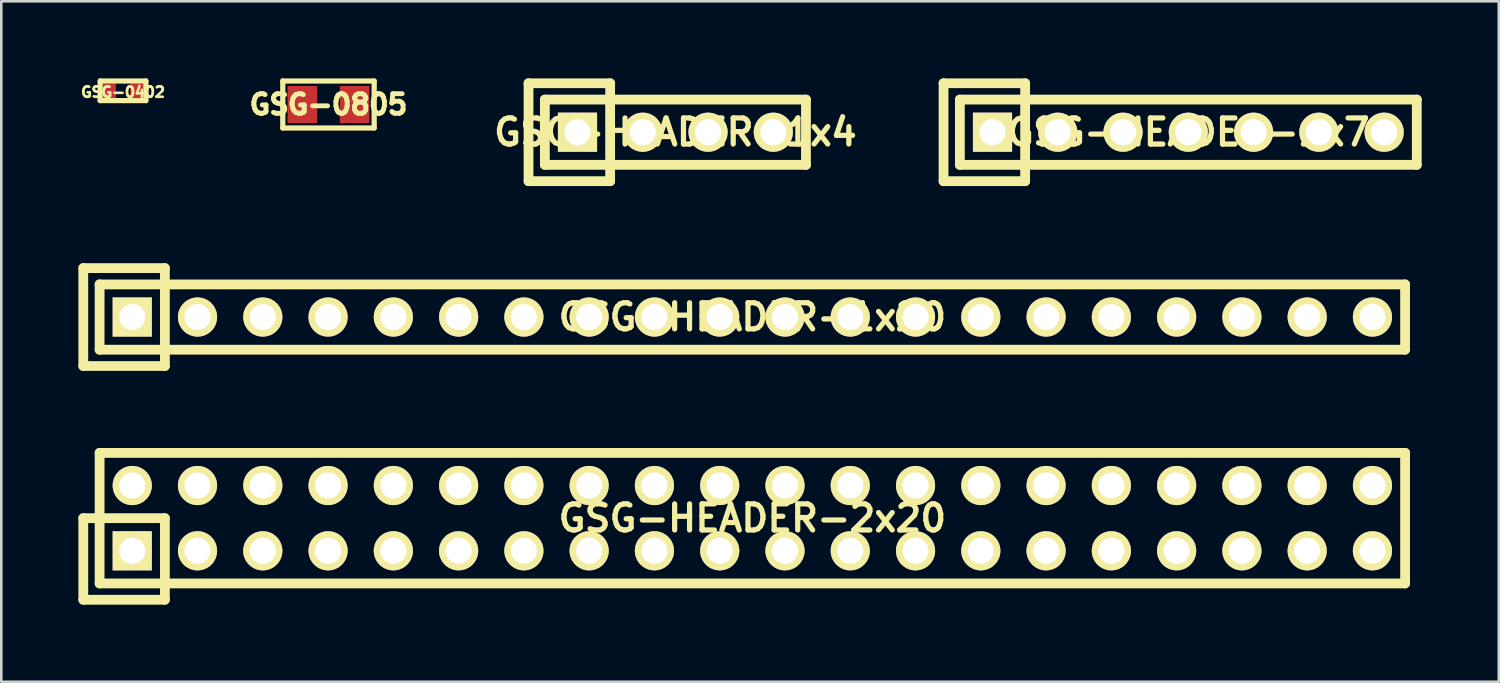
<source format=kicad_pcb>
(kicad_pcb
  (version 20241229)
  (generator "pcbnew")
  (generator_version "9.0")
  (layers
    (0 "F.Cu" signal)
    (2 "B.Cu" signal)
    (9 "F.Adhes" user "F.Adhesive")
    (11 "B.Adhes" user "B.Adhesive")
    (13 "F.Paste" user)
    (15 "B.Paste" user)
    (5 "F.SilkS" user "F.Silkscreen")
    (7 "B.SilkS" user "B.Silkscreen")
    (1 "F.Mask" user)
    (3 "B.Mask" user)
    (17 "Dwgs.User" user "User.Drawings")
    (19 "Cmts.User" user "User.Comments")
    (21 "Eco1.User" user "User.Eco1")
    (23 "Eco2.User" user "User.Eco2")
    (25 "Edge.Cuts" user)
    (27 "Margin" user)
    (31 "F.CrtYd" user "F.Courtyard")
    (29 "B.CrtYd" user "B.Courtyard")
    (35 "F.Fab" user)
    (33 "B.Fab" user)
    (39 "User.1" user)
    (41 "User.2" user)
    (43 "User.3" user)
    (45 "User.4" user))
  (footprint "GSG-HEADER-2x20"
    (layer "F.Cu")
    (at 26.226 17.113)
    (property "Reference" "GSG-HEADER-2x20" (at 0 0 0) (layer "F.SilkS") (effects (font (size 1.016 1.016) (thickness 0.203))))
    (attr through_hole)
    (fp_line (start -26.035 0) (end -26.035 3.175) (stroke (width 0.381) (type solid)) (layer "F.SilkS"))
    (fp_line (start -26.035 3.175) (end -22.86 3.175) (stroke (width 0.381) (type solid)) (layer "F.SilkS"))
    (fp_line (start -25.4 -2.54) (end 25.4 -2.54) (stroke (width 0.381) (type solid)) (layer "F.SilkS"))
    (fp_line (start -25.4 2.54) (end -25.4 -2.54) (stroke (width 0.381) (type solid)) (layer "F.SilkS"))
    (fp_line (start -22.86 0) (end -26.035 0) (stroke (width 0.381) (type solid)) (layer "F.SilkS"))
    (fp_line (start -22.86 3.175) (end -22.86 0) (stroke (width 0.381) (type solid)) (layer "F.SilkS"))
    (fp_line (start 25.4 -2.54) (end 25.4 2.54) (stroke (width 0.381) (type solid)) (layer "F.SilkS"))
    (fp_line (start 25.4 2.54) (end -25.4 2.54) (stroke (width 0.381) (type solid)) (layer "F.SilkS"))
    (pad "1" thru_hole rect (at -24.13 1.27) (size 1.524 1.524) (drill 1.016) (layers "*.Cu" "*.Mask" "F.SilkS"))
    (pad "2" thru_hole circle (at -24.13 -1.27) (size 1.524 1.524) (drill 1.016) (layers "*.Cu" "*.Mask" "F.SilkS"))
    (pad "3" thru_hole circle (at -21.59 1.27) (size 1.524 1.524) (drill 1.016) (layers "*.Cu" "*.Mask" "F.SilkS"))
    (pad "4" thru_hole circle (at -21.59 -1.27) (size 1.524 1.524) (drill 1.016) (layers "*.Cu" "*.Mask" "F.SilkS"))
    (pad "5" thru_hole circle (at -19.05 1.27) (size 1.524 1.524) (drill 1.016) (layers "*.Cu" "*.Mask" "F.SilkS"))
    (pad "6" thru_hole circle (at -19.05 -1.27) (size 1.524 1.524) (drill 1.016) (layers "*.Cu" "*.Mask" "F.SilkS"))
    (pad "7" thru_hole circle (at -16.51 1.27) (size 1.524 1.524) (drill 1.016) (layers "*.Cu" "*.Mask" "F.SilkS"))
    (pad "8" thru_hole circle (at -16.51 -1.27) (size 1.524 1.524) (drill 1.016) (layers "*.Cu" "*.Mask" "F.SilkS"))
    (pad "9" thru_hole circle (at -13.97 1.27) (size 1.524 1.524) (drill 1.016) (layers "*.Cu" "*.Mask" "F.SilkS"))
    (pad "10" thru_hole circle (at -13.97 -1.27) (size 1.524 1.524) (drill 1.016) (layers "*.Cu" "*.Mask" "F.SilkS"))
    (pad "11" thru_hole circle (at -11.43 1.27) (size 1.524 1.524) (drill 1.016) (layers "*.Cu" "*.Mask" "F.SilkS"))
    (pad "12" thru_hole circle (at -11.43 -1.27) (size 1.524 1.524) (drill 1.016) (layers "*.Cu" "*.Mask" "F.SilkS"))
    (pad "13" thru_hole circle (at -8.89 1.27) (size 1.524 1.524) (drill 1.016) (layers "*.Cu" "*.Mask" "F.SilkS"))
    (pad "14" thru_hole circle (at -8.89 -1.27) (size 1.524 1.524) (drill 1.016) (layers "*.Cu" "*.Mask" "F.SilkS"))
    (pad "15" thru_hole circle (at -6.35 1.27) (size 1.524 1.524) (drill 1.016) (layers "*.Cu" "*.Mask" "F.SilkS"))
    (pad "16" thru_hole circle (at -6.35 -1.27) (size 1.524 1.524) (drill 1.016) (layers "*.Cu" "*.Mask" "F.SilkS"))
    (pad "17" thru_hole circle (at -3.81 1.27) (size 1.524 1.524) (drill 1.016) (layers "*.Cu" "*.Mask" "F.SilkS"))
    (pad "18" thru_hole circle (at -3.81 -1.27) (size 1.524 1.524) (drill 1.016) (layers "*.Cu" "*.Mask" "F.SilkS"))
    (pad "19" thru_hole circle (at -1.27 1.27) (size 1.524 1.524) (drill 1.016) (layers "*.Cu" "*.Mask" "F.SilkS"))
    (pad "20" thru_hole circle (at -1.27 -1.27) (size 1.524 1.524) (drill 1.016) (layers "*.Cu" "*.Mask" "F.SilkS"))
    (pad "21" thru_hole circle (at 1.27 1.27) (size 1.524 1.524) (drill 1.016) (layers "*.Cu" "*.Mask" "F.SilkS"))
    (pad "22" thru_hole circle (at 1.27 -1.27) (size 1.524 1.524) (drill 1.016) (layers "*.Cu" "*.Mask" "F.SilkS"))
    (pad "23" thru_hole circle (at 3.81 1.27) (size 1.524 1.524) (drill 1.016) (layers "*.Cu" "*.Mask" "F.SilkS"))
    (pad "24" thru_hole circle (at 3.81 -1.27) (size 1.524 1.524) (drill 1.016) (layers "*.Cu" "*.Mask" "F.SilkS"))
    (pad "25" thru_hole circle (at 6.35 1.27) (size 1.524 1.524) (drill 1.016) (layers "*.Cu" "*.Mask" "F.SilkS"))
    (pad "26" thru_hole circle (at 6.35 -1.27) (size 1.524 1.524) (drill 1.016) (layers "*.Cu" "*.Mask" "F.SilkS"))
    (pad "27" thru_hole circle (at 8.89 1.27) (size 1.524 1.524) (drill 1.016) (layers "*.Cu" "*.Mask" "F.SilkS"))
    (pad "28" thru_hole circle (at 8.89 -1.27) (size 1.524 1.524) (drill 1.016) (layers "*.Cu" "*.Mask" "F.SilkS"))
    (pad "29" thru_hole circle (at 11.43 1.27) (size 1.524 1.524) (drill 1.016) (layers "*.Cu" "*.Mask" "F.SilkS"))
    (pad "30" thru_hole circle (at 11.43 -1.27) (size 1.524 1.524) (drill 1.016) (layers "*.Cu" "*.Mask" "F.SilkS"))
    (pad "31" thru_hole circle (at 13.97 1.27) (size 1.524 1.524) (drill 1.016) (layers "*.Cu" "*.Mask" "F.SilkS"))
    (pad "32" thru_hole circle (at 13.97 -1.27) (size 1.524 1.524) (drill 1.016) (layers "*.Cu" "*.Mask" "F.SilkS"))
    (pad "33" thru_hole circle (at 16.51 1.27) (size 1.524 1.524) (drill 1.016) (layers "*.Cu" "*.Mask" "F.SilkS"))
    (pad "34" thru_hole circle (at 16.51 -1.27) (size 1.524 1.524) (drill 1.016) (layers "*.Cu" "*.Mask" "F.SilkS"))
    (pad "35" thru_hole circle (at 19.05 1.27) (size 1.524 1.524) (drill 1.016) (layers "*.Cu" "*.Mask" "F.SilkS"))
    (pad "36" thru_hole circle (at 19.05 -1.27) (size 1.524 1.524) (drill 1.016) (layers "*.Cu" "*.Mask" "F.SilkS"))
    (pad "37" thru_hole circle (at 21.59 1.27) (size 1.524 1.524) (drill 1.016) (layers "*.Cu" "*.Mask" "F.SilkS"))
    (pad "38" thru_hole circle (at 21.59 -1.27) (size 1.524 1.524) (drill 1.016) (layers "*.Cu" "*.Mask" "F.SilkS"))
    (pad "39" thru_hole circle (at 24.13 1.27) (size 1.524 1.524) (drill 1.016) (layers "*.Cu" "*.Mask" "F.SilkS"))
    (pad "40" thru_hole circle (at 24.13 -1.27) (size 1.524 1.524) (drill 1.016) (layers "*.Cu" "*.Mask" "F.SilkS")))
  (footprint "GSG-0805"
    (layer "F.Cu")
    (at 9.732 1.016)
    (property "Reference" "GSG-0805" (at 0 0 0) (layer "F.SilkS") (effects (font (size 0.762 0.762) (thickness 0.191))))
    (attr through_hole)
    (fp_line (start -1.778 -0.914) (end 1.778 -0.914) (stroke (width 0.203) (type solid)) (layer "F.SilkS"))
    (fp_line (start -1.778 0.914) (end -1.778 -0.914) (stroke (width 0.203) (type solid)) (layer "F.SilkS"))
    (fp_line (start 1.778 -0.914) (end 1.778 0.914) (stroke (width 0.203) (type solid)) (layer "F.SilkS"))
    (fp_line (start 1.778 0.914) (end -1.778 0.914) (stroke (width 0.203) (type solid)) (layer "F.SilkS"))
    (pad "1" smd rect (at -1.016 0) (size 1.151 1.44) (layers "F.Cu" "F.Mask" "F.Paste"))
    (pad "2" smd rect (at 1.016 0) (size 1.151 1.44) (layers "F.Cu" "F.Mask" "F.Paste")))
  (footprint "GSG-HEADER-1x20"
    (layer "F.Cu")
    (at 26.226 9.287)
    (property "Reference" "GSG-HEADER-1x20" (at 0 0 0) (layer "F.SilkS") (effects (font (size 1.016 1.016) (thickness 0.203))))
    (attr through_hole)
    (fp_line (start -26.035 -1.905) (end -26.035 1.905) (stroke (width 0.381) (type solid)) (layer "F.SilkS"))
    (fp_line (start -26.035 1.905) (end -22.86 1.905) (stroke (width 0.381) (type solid)) (layer "F.SilkS"))
    (fp_line (start -25.4 -1.27) (end -25.4 1.27) (stroke (width 0.381) (type solid)) (layer "F.SilkS"))
    (fp_line (start -25.4 1.27) (end 25.4 1.27) (stroke (width 0.381) (type solid)) (layer "F.SilkS"))
    (fp_line (start -22.86 -1.905) (end -26.035 -1.905) (stroke (width 0.381) (type solid)) (layer "F.SilkS"))
    (fp_line (start -22.86 1.905) (end -22.86 -1.905) (stroke (width 0.381) (type solid)) (layer "F.SilkS"))
    (fp_line (start 25.4 -1.27) (end -25.4 -1.27) (stroke (width 0.381) (type solid)) (layer "F.SilkS"))
    (fp_line (start 25.4 1.27) (end 25.4 -1.27) (stroke (width 0.381) (type solid)) (layer "F.SilkS"))
    (pad "1" thru_hole rect (at -24.13 0) (size 1.524 1.524) (drill 1.016) (layers "*.Cu" "*.Mask" "F.SilkS"))
    (pad "2" thru_hole circle (at -21.59 0) (size 1.524 1.524) (drill 1.016) (layers "*.Cu" "*.Mask" "F.SilkS"))
    (pad "3" thru_hole circle (at -19.05 0) (size 1.524 1.524) (drill 1.016) (layers "*.Cu" "*.Mask" "F.SilkS"))
    (pad "4" thru_hole circle (at -16.51 0) (size 1.524 1.524) (drill 1.016) (layers "*.Cu" "*.Mask" "F.SilkS"))
    (pad "5" thru_hole circle (at -13.97 0) (size 1.524 1.524) (drill 1.016) (layers "*.Cu" "*.Mask" "F.SilkS"))
    (pad "6" thru_hole circle (at -11.43 0) (size 1.524 1.524) (drill 1.016) (layers "*.Cu" "*.Mask" "F.SilkS"))
    (pad "7" thru_hole circle (at -8.89 0) (size 1.524 1.524) (drill 1.016) (layers "*.Cu" "*.Mask" "F.SilkS"))
    (pad "8" thru_hole circle (at -6.35 0) (size 1.524 1.524) (drill 1.016) (layers "*.Cu" "*.Mask" "F.SilkS"))
    (pad "9" thru_hole circle (at -3.81 0) (size 1.524 1.524) (drill 1.016) (layers "*.Cu" "*.Mask" "F.SilkS"))
    (pad "10" thru_hole circle (at -1.27 0) (size 1.524 1.524) (drill 1.016) (layers "*.Cu" "*.Mask" "F.SilkS"))
    (pad "11" thru_hole circle (at 1.27 0) (size 1.524 1.524) (drill 1.016) (layers "*.Cu" "*.Mask" "F.SilkS"))
    (pad "12" thru_hole circle (at 3.81 0) (size 1.524 1.524) (drill 1.016) (layers "*.Cu" "*.Mask" "F.SilkS"))
    (pad "13" thru_hole circle (at 6.35 0) (size 1.524 1.524) (drill 1.016) (layers "*.Cu" "*.Mask" "F.SilkS"))
    (pad "14" thru_hole circle (at 8.89 0) (size 1.524 1.524) (drill 1.016) (layers "*.Cu" "*.Mask" "F.SilkS"))
    (pad "15" thru_hole circle (at 11.43 0) (size 1.524 1.524) (drill 1.016) (layers "*.Cu" "*.Mask" "F.SilkS"))
    (pad "16" thru_hole circle (at 13.97 0) (size 1.524 1.524) (drill 1.016) (layers "*.Cu" "*.Mask" "F.SilkS"))
    (pad "17" thru_hole circle (at 16.51 0) (size 1.524 1.524) (drill 1.016) (layers "*.Cu" "*.Mask" "F.SilkS"))
    (pad "18" thru_hole circle (at 19.05 0) (size 1.524 1.524) (drill 1.016) (layers "*.Cu" "*.Mask" "F.SilkS"))
    (pad "19" thru_hole circle (at 21.59 0) (size 1.524 1.524) (drill 1.016) (layers "*.Cu" "*.Mask" "F.SilkS"))
    (pad "20" thru_hole circle (at 24.13 0) (size 1.524 1.524) (drill 1.016) (layers "*.Cu" "*.Mask" "F.SilkS")))
  (footprint "GSG-HEADER-1x4"
    (layer "F.Cu")
    (at 23.232 2.095)
    (property "Reference" "GSG-HEADER-1x4" (at 0 0 0) (layer "F.SilkS") (effects (font (size 1.016 1.016) (thickness 0.203))))
    (attr through_hole)
    (fp_line (start -5.715 -1.905) (end -5.715 1.905) (stroke (width 0.381) (type solid)) (layer "F.SilkS"))
    (fp_line (start -5.715 1.905) (end -2.54 1.905) (stroke (width 0.381) (type solid)) (layer "F.SilkS"))
    (fp_line (start -5.08 -1.27) (end -5.08 1.27) (stroke (width 0.381) (type solid)) (layer "F.SilkS"))
    (fp_line (start -5.08 -1.27) (end 5.08 -1.27) (stroke (width 0.381) (type solid)) (layer "F.SilkS"))
    (fp_line (start -2.54 -1.905) (end -5.715 -1.905) (stroke (width 0.381) (type solid)) (layer "F.SilkS"))
    (fp_line (start -2.54 1.905) (end -2.54 -1.905) (stroke (width 0.381) (type solid)) (layer "F.SilkS"))
    (fp_line (start 5.08 -1.27) (end 5.08 1.27) (stroke (width 0.381) (type solid)) (layer "F.SilkS"))
    (fp_line (start 5.08 1.27) (end -5.08 1.27) (stroke (width 0.381) (type solid)) (layer "F.SilkS"))
    (pad "1" thru_hole rect (at -3.81 0) (size 1.524 1.524) (drill 1.016) (layers "*.Cu" "*.Mask" "F.SilkS"))
    (pad "2" thru_hole circle (at -1.27 0) (size 1.524 1.524) (drill 1.016) (layers "*.Cu" "*.Mask" "F.SilkS"))
    (pad "3" thru_hole circle (at 1.27 0) (size 1.524 1.524) (drill 1.016) (layers "*.Cu" "*.Mask" "F.SilkS"))
    (pad "4" thru_hole circle (at 3.81 0) (size 1.524 1.524) (drill 1.016) (layers "*.Cu" "*.Mask" "F.SilkS")))
  (footprint "GSG-HEADER-1x7"
    (layer "F.Cu")
    (at 43.191 2.095)
    (property "Reference" "GSG-HEADER-1x7" (at 0 0 0) (layer "F.SilkS") (effects (font (size 1.016 1.016) (thickness 0.203))))
    (attr through_hole)
    (fp_line (start -9.525 -1.905) (end -9.525 1.905) (stroke (width 0.381) (type solid)) (layer "F.SilkS"))
    (fp_line (start -9.525 1.905) (end -6.35 1.905) (stroke (width 0.381) (type solid)) (layer "F.SilkS"))
    (fp_line (start -8.89 -1.27) (end -8.89 1.27) (stroke (width 0.381) (type solid)) (layer "F.SilkS"))
    (fp_line (start -8.89 -1.27) (end 8.89 -1.27) (stroke (width 0.381) (type solid)) (layer "F.SilkS"))
    (fp_line (start -6.35 -1.905) (end -9.525 -1.905) (stroke (width 0.381) (type solid)) (layer "F.SilkS"))
    (fp_line (start -6.35 1.905) (end -6.35 -1.905) (stroke (width 0.381) (type solid)) (layer "F.SilkS"))
    (fp_line (start 8.89 -1.27) (end 8.89 1.27) (stroke (width 0.381) (type solid)) (layer "F.SilkS"))
    (fp_line (start 8.89 1.27) (end -8.89 1.27) (stroke (width 0.381) (type solid)) (layer "F.SilkS"))
    (pad "1" thru_hole rect (at -7.62 0) (size 1.524 1.524) (drill 1.016) (layers "*.Cu" "*.Mask" "F.SilkS"))
    (pad "2" thru_hole circle (at -5.08 0) (size 1.524 1.524) (drill 1.016) (layers "*.Cu" "*.Mask" "F.SilkS"))
    (pad "3" thru_hole circle (at -2.54 0) (size 1.524 1.524) (drill 1.016) (layers "*.Cu" "*.Mask" "F.SilkS"))
    (pad "4" thru_hole circle (at 0 0) (size 1.524 1.524) (drill 1.016) (layers "*.Cu" "*.Mask" "F.SilkS"))
    (pad "5" thru_hole circle (at 2.54 0) (size 1.524 1.524) (drill 1.016) (layers "*.Cu" "*.Mask" "F.SilkS"))
    (pad "6" thru_hole circle (at 5.08 0) (size 1.524 1.524) (drill 1.016) (layers "*.Cu" "*.Mask" "F.SilkS"))
    (pad "7" thru_hole circle (at 7.62 0) (size 1.524 1.524) (drill 1.016) (layers "*.Cu" "*.Mask" "F.SilkS")))
  (footprint "GSG-0402"
    (layer "F.Cu")
    (at 1.737 0.483)
    (property "Reference" "GSG-0402" (at 0 0.051 0) (layer "F.SilkS") (effects (font (size 0.406 0.406) (thickness 0.102))))
    (attr through_hole)
    (fp_line (start -0.889 -0.381) (end 0.889 -0.381) (stroke (width 0.203) (type solid)) (layer "F.SilkS"))
    (fp_line (start -0.889 0.381) (end -0.889 -0.381) (stroke (width 0.203) (type solid)) (layer "F.SilkS"))
    (fp_line (start 0.889 -0.381) (end 0.889 0.381) (stroke (width 0.203) (type solid)) (layer "F.SilkS"))
    (fp_line (start 0.889 0.381) (end -0.889 0.381) (stroke (width 0.203) (type solid)) (layer "F.SilkS"))
    (pad "1" smd rect (at -0.533 0) (size 0.508 0.559) (layers "F.Cu" "F.Mask" "F.Paste"))
    (pad "2" smd rect (at 0.533 0) (size 0.508 0.559) (layers "F.Cu" "F.Mask" "F.Paste")))
  (gr_rect
    (start -3 -3)
    (end 55.271 23.478)
    (stroke (width 0.1) (type default))
    (fill no)
    (layer "Edge.Cuts")))
</source>
